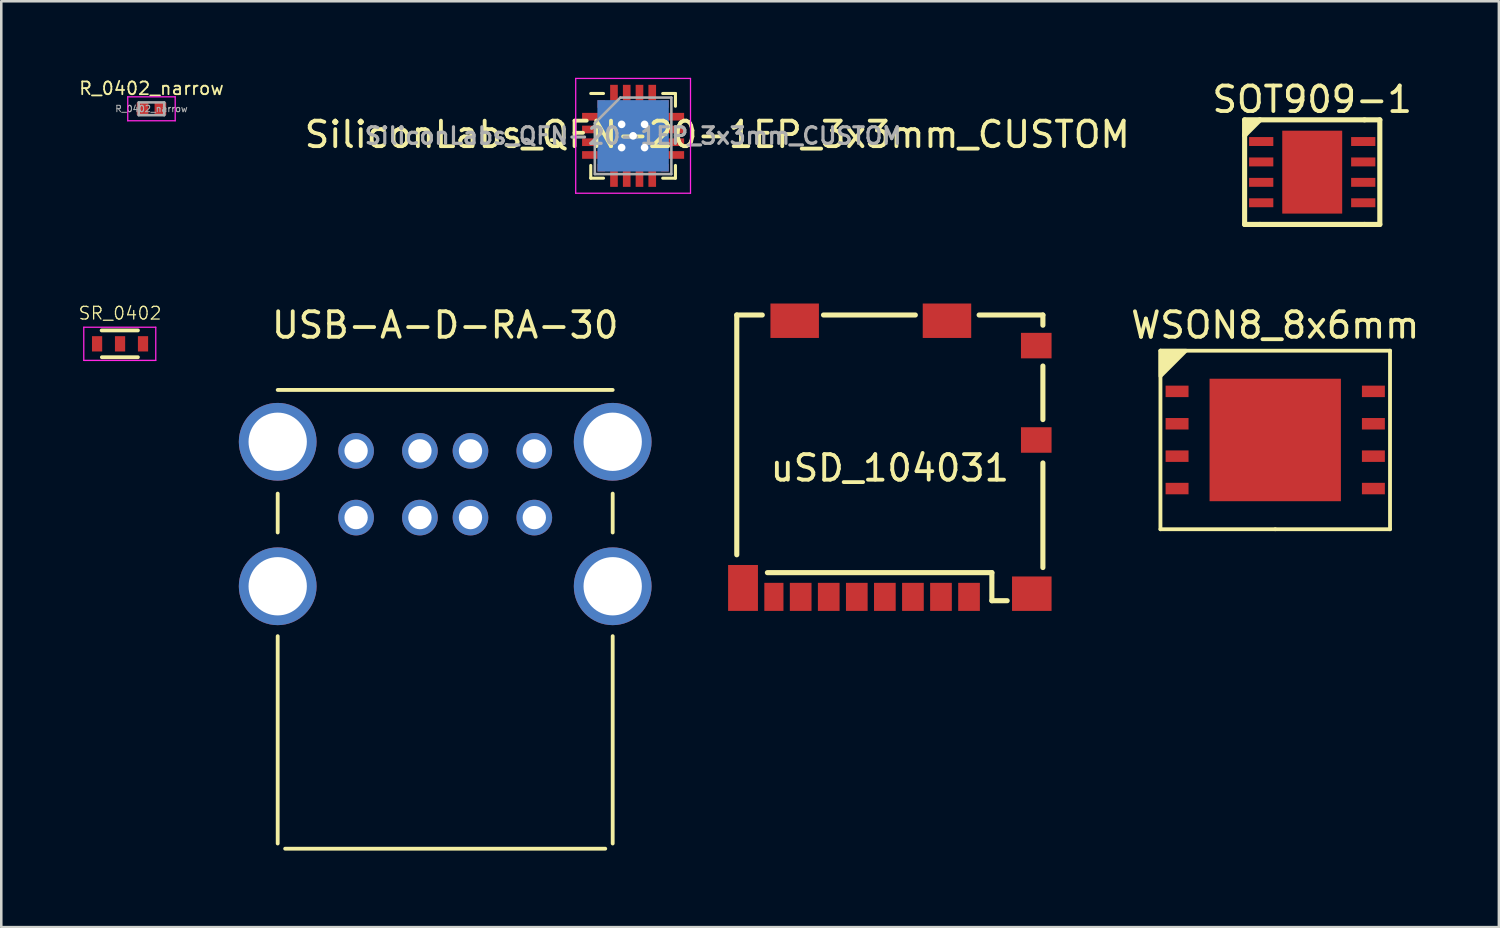
<source format=kicad_pcb>
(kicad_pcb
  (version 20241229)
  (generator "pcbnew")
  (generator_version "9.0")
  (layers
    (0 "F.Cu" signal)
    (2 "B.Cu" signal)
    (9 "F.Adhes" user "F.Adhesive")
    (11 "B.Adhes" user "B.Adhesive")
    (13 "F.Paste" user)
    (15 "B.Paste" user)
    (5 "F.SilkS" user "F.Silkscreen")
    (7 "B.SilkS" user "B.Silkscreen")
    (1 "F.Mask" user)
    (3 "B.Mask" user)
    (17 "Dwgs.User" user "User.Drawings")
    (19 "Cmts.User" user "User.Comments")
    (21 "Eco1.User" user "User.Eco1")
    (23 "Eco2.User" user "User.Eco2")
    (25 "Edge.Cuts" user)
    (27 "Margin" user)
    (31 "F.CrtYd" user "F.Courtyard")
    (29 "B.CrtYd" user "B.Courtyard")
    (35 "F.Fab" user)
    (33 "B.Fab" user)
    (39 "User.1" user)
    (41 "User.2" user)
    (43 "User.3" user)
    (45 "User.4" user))
  (footprint "SOT909-1"
    (layer "F.Cu")
    (at 48.39 3.698)
    (property "Reference" "SOT909-1" (at 0 -2.85 0) (layer "F.SilkS") (effects (font (size 1 1) (thickness 0.15))))
    (attr through_hole)
    (fp_line (start -2.65 -2.05) (end -2.1 -2.05) (stroke (width 0.2) (type solid)) (layer "F.SilkS"))
    (fp_line (start -2.65 -1.45) (end -2.65 -2.05) (stroke (width 0.2) (type solid)) (layer "F.SilkS"))
    (fp_line (start -2.65 -1.45) (end -2.65 2.05) (stroke (width 0.2) (type solid)) (layer "F.SilkS"))
    (fp_line (start -2.65 2.05) (end -2.05 2.05) (stroke (width 0.2) (type solid)) (layer "F.SilkS"))
    (fp_line (start -2.05 -2.05) (end -2.65 -1.45) (stroke (width 0.2) (type solid)) (layer "F.SilkS"))
    (fp_line (start -2.05 -2.05) (end 2.05 -2.05) (stroke (width 0.2) (type solid)) (layer "F.SilkS"))
    (fp_line (start -2.05 2.05) (end 2.05 2.05) (stroke (width 0.2) (type solid)) (layer "F.SilkS"))
    (fp_line (start 2.05 -2.05) (end 2.65 -2.05) (stroke (width 0.2) (type solid)) (layer "F.SilkS"))
    (fp_line (start 2.65 -2.05) (end 2.65 2.05) (stroke (width 0.2) (type solid)) (layer "F.SilkS"))
    (fp_line (start 2.65 2.05) (end 2.05 2.05) (stroke (width 0.2) (type solid)) (layer "F.SilkS"))
    (fp_poly (pts (xy -2.65 -2.05) (xy -2.65 -1.45) (xy -2.1 -2.05)) (stroke (width 0.15) (type solid)) (fill yes) (layer "F.SilkS"))
    (pad "1" smd rect (at -2 -1.2) (size 0.95 0.35) (layers "F.Cu" "F.Mask" "F.Paste"))
    (pad "2" smd rect (at -2 -0.4) (size 0.95 0.35) (layers "F.Cu" "F.Mask" "F.Paste"))
    (pad "3" smd rect (at -2 0.4) (size 0.95 0.35) (layers "F.Cu" "F.Mask" "F.Paste"))
    (pad "4" smd rect (at -2 1.2) (size 0.95 0.35) (layers "F.Cu" "F.Mask" "F.Paste"))
    (pad "5" smd rect (at 2 1.2) (size 0.95 0.35) (layers "F.Cu" "F.Mask" "F.Paste"))
    (pad "6" smd rect (at 2 0.4) (size 0.95 0.35) (layers "F.Cu" "F.Mask" "F.Paste"))
    (pad "7" smd rect (at 2 -0.4) (size 0.95 0.35) (layers "F.Cu" "F.Mask" "F.Paste"))
    (pad "8" smd rect (at 2 -1.2) (size 0.95 0.35) (layers "F.Cu" "F.Mask" "F.Paste"))
    (pad "9" smd rect (at 0 0) (size 2.35 3.25) (layers "F.Cu" "F.Mask" "F.Paste")))
  (footprint "WSON8_8x6mm"
    (layer "F.Cu")
    (at 46.94 14.197)
    (property "Reference" "WSON8_8x6mm" (at 0 -4.5 0) (layer "F.SilkS") (effects (font (size 1 1) (thickness 0.15))))
    (attr through_hole)
    (fp_line (start -4.5 -3.5) (end -4.5 3.5) (stroke (width 0.15) (type solid)) (layer "F.SilkS"))
    (fp_line (start -4.5 3.5) (end 0 3.5) (stroke (width 0.15) (type solid)) (layer "F.SilkS"))
    (fp_line (start 0 3.5) (end 4.5 3.5) (stroke (width 0.15) (type solid)) (layer "F.SilkS"))
    (fp_line (start 4.5 -3.5) (end -4.5 -3.5) (stroke (width 0.15) (type solid)) (layer "F.SilkS"))
    (fp_line (start 4.5 3.5) (end 4.5 -3.5) (stroke (width 0.15) (type solid)) (layer "F.SilkS"))
    (fp_poly (pts (xy -4.5 -3.5) (xy -4.5 -2.5) (xy -3.5 -3.5)) (stroke (width 0.15) (type solid)) (fill yes) (layer "F.SilkS"))
    (pad "1" smd rect (at -3.848 -1.905) (size 0.899 0.45) (layers "F.Cu" "F.Mask" "F.Paste"))
    (pad "2" smd rect (at -3.848 -0.635) (size 0.899 0.45) (layers "F.Cu" "F.Mask" "F.Paste"))
    (pad "3" smd rect (at -3.848 0.635) (size 0.899 0.45) (layers "F.Cu" "F.Mask" "F.Paste"))
    (pad "4" smd rect (at -3.848 1.905) (size 0.899 0.45) (layers "F.Cu" "F.Mask" "F.Paste"))
    (pad "5" smd rect (at 3.848 1.905) (size 0.899 0.45) (layers "F.Cu" "F.Mask" "F.Paste"))
    (pad "6" smd rect (at 3.848 0.635) (size 0.899 0.45) (layers "F.Cu" "F.Mask" "F.Paste"))
    (pad "7" smd rect (at 3.848 -0.635) (size 0.899 0.45) (layers "F.Cu" "F.Mask" "F.Paste"))
    (pad "8" smd rect (at 3.848 -1.905) (size 0.899 0.45) (layers "F.Cu" "F.Mask" "F.Paste"))
    (pad "9" smd rect (at 0 0) (size 5.149 4.801) (layers "F.Cu" "F.Mask" "F.Paste")))
  (footprint "USB-A-D-RA-30"
    (layer "F.Cu")
    (at 14.402 14.268)
    (property "Reference" "USB-A-D-RA-30" (at 0 -4.572 0) (layer "F.SilkS") (effects (font (size 1 1) (thickness 0.15))))
    (attr through_hole)
    (fp_line (start -6.566 -2.032) (end 6.566 -2.032) (stroke (width 0.15) (type solid)) (layer "F.SilkS"))
    (fp_line (start -6.566 2.032) (end -6.566 3.556) (stroke (width 0.15) (type solid)) (layer "F.SilkS"))
    (fp_line (start -6.566 7.62) (end -6.566 15.748) (stroke (width 0.15) (type solid)) (layer "F.SilkS"))
    (fp_line (start -6.274 15.951) (end 6.274 15.951) (stroke (width 0.15) (type solid)) (layer "F.SilkS"))
    (fp_line (start 6.566 2.032) (end 6.566 3.556) (stroke (width 0.15) (type solid)) (layer "F.SilkS"))
    (fp_line (start 6.566 7.62) (end 6.566 15.748) (stroke (width 0.15) (type solid)) (layer "F.SilkS"))
    (pad "1" thru_hole circle (at -3.493 0.356) (size 1.397 1.397) (drill 0.914) (layers "*.Cu" "*.Mask"))
    (pad "2" thru_hole circle (at -0.991 0.356) (size 1.397 1.397) (drill 0.914) (layers "*.Cu" "*.Mask"))
    (pad "3" thru_hole circle (at 0.991 0.356) (size 1.397 1.397) (drill 0.914) (layers "*.Cu" "*.Mask"))
    (pad "4" thru_hole circle (at 3.493 0.356) (size 1.397 1.397) (drill 0.914) (layers "*.Cu" "*.Mask"))
    (pad "5" thru_hole circle (at -3.493 2.972) (size 1.397 1.397) (drill 0.914) (layers "*.Cu" "*.Mask"))
    (pad "6" thru_hole circle (at -0.991 2.972) (size 1.397 1.397) (drill 0.914) (layers "*.Cu" "*.Mask"))
    (pad "7" thru_hole circle (at 0.991 2.972) (size 1.397 1.397) (drill 0.914) (layers "*.Cu" "*.Mask"))
    (pad "8" thru_hole circle (at 3.493 2.972) (size 1.397 1.397) (drill 0.914) (layers "*.Cu" "*.Mask"))
    (pad "9" thru_hole circle (at -6.566 0) (size 3.048 3.048) (drill 2.286) (layers "*.Cu" "*.Mask"))
    (pad "10" thru_hole circle (at -6.566 5.664) (size 3.048 3.048) (drill 2.286) (layers "*.Cu" "*.Mask"))
    (pad "11" thru_hole circle (at 6.566 0) (size 3.048 3.048) (drill 2.286) (layers "*.Cu" "*.Mask"))
    (pad "12" thru_hole circle (at 6.566 5.664) (size 3.048 3.048) (drill 2.286) (layers "*.Cu" "*.Mask")))
  (footprint "uSD_104031"
    (layer "F.Cu")
    (at 31.832 20.598)
    (property "Reference" "uSD_104031" (at 0 -5.3 0) (layer "F.SilkS") (effects (font (size 1 1) (thickness 0.15))))
    (attr through_hole)
    (fp_line (start -6 -11.3) (end -5 -11.3) (stroke (width 0.2) (type solid)) (layer "F.SilkS"))
    (fp_line (start -6 -1.9) (end -6 -11.3) (stroke (width 0.2) (type solid)) (layer "F.SilkS"))
    (fp_line (start -2.6 -11.3) (end 1 -11.3) (stroke (width 0.2) (type solid)) (layer "F.SilkS"))
    (fp_line (start 3.5 -11.3) (end 6 -11.3) (stroke (width 0.2) (type solid)) (layer "F.SilkS"))
    (fp_line (start 4 -1.2) (end -4.8 -1.2) (stroke (width 0.2) (type solid)) (layer "F.SilkS"))
    (fp_line (start 4 -0.1) (end 4 -1.2) (stroke (width 0.2) (type solid)) (layer "F.SilkS"))
    (fp_line (start 4.6 -0.1) (end 4 -0.1) (stroke (width 0.2) (type solid)) (layer "F.SilkS"))
    (fp_line (start 6 -11.3) (end 6 -10.9) (stroke (width 0.2) (type solid)) (layer "F.SilkS"))
    (fp_line (start 6 -9.3) (end 6 -7.2) (stroke (width 0.2) (type solid)) (layer "F.SilkS"))
    (fp_line (start 6 -5.5) (end 6 -1.4) (stroke (width 0.2) (type solid)) (layer "F.SilkS"))
    (pad "1" smd rect (at 3.105 -0.25) (size 0.85 1.1) (layers "F.Cu" "F.Mask" "F.Paste"))
    (pad "2" smd rect (at 2.005 -0.25) (size 0.85 1.1) (layers "F.Cu" "F.Mask" "F.Paste"))
    (pad "3" smd rect (at 0.905 -0.25) (size 0.85 1.1) (layers "F.Cu" "F.Mask" "F.Paste"))
    (pad "4" smd rect (at -0.195 -0.25) (size 0.85 1.1) (layers "F.Cu" "F.Mask" "F.Paste"))
    (pad "5" smd rect (at -1.295 -0.25) (size 0.85 1.1) (layers "F.Cu" "F.Mask" "F.Paste"))
    (pad "6" smd rect (at -2.395 -0.25) (size 0.85 1.1) (layers "F.Cu" "F.Mask" "F.Paste"))
    (pad "7" smd rect (at -3.495 -0.25) (size 0.85 1.1) (layers "F.Cu" "F.Mask" "F.Paste"))
    (pad "8" smd rect (at -4.595 -0.25) (size 0.75 1.1) (drill (offset 0.05 0)) (layers "F.Cu" "F.Mask" "F.Paste"))
    (pad "9" smd rect (at 5.74 -6.4) (size 1.2 1) (layers "F.Cu" "F.Mask" "F.Paste"))
    (pad "10" smd rect (at 5.74 -10.1) (size 1.2 1) (layers "F.Cu" "F.Mask" "F.Paste"))
    (pad "11" smd rect (at -5.755 -0.6) (size 1.17 1.8) (layers "F.Cu" "F.Mask" "F.Paste"))
    (pad "12" smd rect (at 5.565 -0.375) (size 1.55 1.35) (layers "F.Cu" "F.Mask" "F.Paste"))
    (pad "13" smd rect (at -3.73 -11.075) (size 1.9 1.35) (layers "F.Cu" "F.Mask" "F.Paste"))
    (pad "14" smd rect (at 2.24 -11.075) (size 1.9 1.35) (layers "F.Cu" "F.Mask" "F.Paste")))
  (footprint "R_0402_narrow"
    (layer "F.Cu")
    (at 2.888 1.215)
    (property "Reference" "R_0402_narrow" (at 0 -0.8 0) (layer "F.SilkS") (effects (font (size 0.5 0.5) (thickness 0.07))))
    (attr smd)
    (fp_line (start -0.93 -0.47) (end 0.93 -0.47) (stroke (width 0.05) (type solid)) (layer "F.CrtYd"))
    (fp_line (start -0.93 0.47) (end -0.93 -0.47) (stroke (width 0.05) (type solid)) (layer "F.CrtYd"))
    (fp_line (start 0.93 -0.47) (end 0.93 0.47) (stroke (width 0.05) (type solid)) (layer "F.CrtYd"))
    (fp_line (start 0.93 0.47) (end -0.93 0.47) (stroke (width 0.05) (type solid)) (layer "F.CrtYd"))
    (fp_line (start -0.5 -0.25) (end 0.5 -0.25) (stroke (width 0.1) (type solid)) (layer "F.Fab"))
    (fp_line (start -0.5 0.25) (end -0.5 -0.25) (stroke (width 0.1) (type solid)) (layer "F.Fab"))
    (fp_line (start 0.5 -0.25) (end 0.5 0.25) (stroke (width 0.1) (type solid)) (layer "F.Fab"))
    (fp_line (start 0.5 0.25) (end -0.5 0.25) (stroke (width 0.1) (type solid)) (layer "F.Fab"))
    (fp_text user "${REFERENCE}" (at 0 0 0) (layer "F.Fab") (effects (font (size 0.25 0.25) (thickness 0.04))))
    (pad "1" smd roundrect (at -0.35 0) (size 0.457 0.5) (layers "F.Cu" "F.Mask" "F.Paste") (roundrect_rratio 0.05))
    (pad "2" smd roundrect (at 0.35 0) (size 0.457 0.5) (layers "F.Cu" "F.Mask" "F.Paste") (roundrect_rratio 0.05)))
  (footprint "SiliconLabs_QFN-20-1EP_3x3mm_CUSTOM"
    (layer "F.Cu")
    (at 21.768 2.275)
    (property "Reference" "SiliconLabs_QFN-20-1EP_3x3mm_CUSTOM" (at 3.3 -0.05 0) (layer "F.SilkS") (effects (font (size 1 1) (thickness 0.15))))
    (attr smd)
    (fp_line (start -1.66 -1.66) (end -1.16 -1.66) (stroke (width 0.12) (type solid)) (layer "F.SilkS"))
    (fp_line (start -1.66 1.66) (end -1.66 1.16) (stroke (width 0.12) (type solid)) (layer "F.SilkS"))
    (fp_line (start -1.16 1.66) (end -1.66 1.66) (stroke (width 0.12) (type solid)) (layer "F.SilkS"))
    (fp_line (start 1.16 -1.66) (end 1.66 -1.66) (stroke (width 0.12) (type solid)) (layer "F.SilkS"))
    (fp_line (start 1.16 1.66) (end 1.66 1.66) (stroke (width 0.12) (type solid)) (layer "F.SilkS"))
    (fp_line (start 1.66 -1.66) (end 1.66 -1.16) (stroke (width 0.12) (type solid)) (layer "F.SilkS"))
    (fp_line (start 1.66 1.66) (end 1.66 1.16) (stroke (width 0.12) (type solid)) (layer "F.SilkS"))
    (fp_line (start -2.25 -2.25) (end -2.25 2.25) (stroke (width 0.05) (type solid)) (layer "F.CrtYd"))
    (fp_line (start -2.25 2.25) (end 2.25 2.25) (stroke (width 0.05) (type solid)) (layer "F.CrtYd"))
    (fp_line (start 2.25 -2.25) (end -2.25 -2.25) (stroke (width 0.05) (type solid)) (layer "F.CrtYd"))
    (fp_line (start 2.25 2.25) (end 2.25 -2.25) (stroke (width 0.05) (type solid)) (layer "F.CrtYd"))
    (fp_line (start -1.5 -0.5) (end -0.5 -1.5) (stroke (width 0.1) (type solid)) (layer "F.Fab"))
    (fp_line (start -1.5 1.5) (end -1.5 -0.5) (stroke (width 0.1) (type solid)) (layer "F.Fab"))
    (fp_line (start -0.5 -1.5) (end 1.5 -1.5) (stroke (width 0.1) (type solid)) (layer "F.Fab"))
    (fp_line (start 1.5 -1.5) (end 1.5 1.5) (stroke (width 0.1) (type solid)) (layer "F.Fab"))
    (fp_line (start 1.5 1.5) (end -1.5 1.5) (stroke (width 0.1) (type solid)) (layer "F.Fab"))
    (fp_text user "${REFERENCE}" (at 0 0 0) (layer "F.Fab") (effects (font (size 0.65 0.65) (thickness 0.125))))
    (pad "" smd rect (at -0.45 -0.45) (size 0.54 0.54) (layers "F.Paste"))
    (pad "" smd rect (at -0.45 0.45) (size 0.54 0.54) (layers "F.Paste"))
    (pad "" smd rect (at 0.45 -0.45) (size 0.54 0.54) (layers "F.Paste"))
    (pad "" smd rect (at 0.45 0.45) (size 0.54 0.54) (layers "F.Paste"))
    (pad "1" smd rect (at -1.25 -1.25) (size 0.3 0.3) (layers "F.Cu" "F.Mask" "F.Paste"))
    (pad "2" smd rect (at -1.55 -0.75) (size 0.9 0.3) (layers "F.Cu" "F.Mask" "F.Paste"))
    (pad "3" smd rect (at -1.55 -0.25) (size 0.9 0.3) (layers "F.Cu" "F.Mask" "F.Paste"))
    (pad "4" smd rect (at -1.55 0.25) (size 0.9 0.3) (layers "F.Cu" "F.Mask" "F.Paste"))
    (pad "5" smd rect (at -1.55 0.75) (size 0.9 0.3) (layers "F.Cu" "F.Mask" "F.Paste"))
    (pad "6" smd rect (at -1.25 1.25) (size 0.3 0.3) (layers "F.Cu" "F.Mask" "F.Paste"))
    (pad "7" smd rect (at -0.75 1.55 90) (size 0.9 0.3) (layers "F.Cu" "F.Mask" "F.Paste"))
    (pad "8" smd rect (at -0.25 1.55 90) (size 0.9 0.3) (layers "F.Cu" "F.Mask" "F.Paste"))
    (pad "9" smd rect (at 0.25 1.55 90) (size 0.9 0.3) (layers "F.Cu" "F.Mask" "F.Paste"))
    (pad "10" smd rect (at 0.75 1.55 90) (size 0.9 0.3) (layers "F.Cu" "F.Mask" "F.Paste"))
    (pad "11" smd rect (at 1.25 1.25) (size 0.3 0.3) (layers "F.Cu" "F.Mask" "F.Paste"))
    (pad "12" smd rect (at 1.55 0.75) (size 0.9 0.3) (layers "F.Cu" "F.Mask" "F.Paste"))
    (pad "13" smd rect (at 1.55 0.25) (size 0.9 0.3) (layers "F.Cu" "F.Mask" "F.Paste"))
    (pad "14" smd rect (at 1.55 -0.25) (size 0.9 0.3) (layers "F.Cu" "F.Mask" "F.Paste"))
    (pad "15" smd rect (at 1.55 -0.75) (size 0.9 0.3) (layers "F.Cu" "F.Mask" "F.Paste"))
    (pad "16" smd rect (at 1.25 -1.25) (size 0.3 0.3) (layers "F.Cu" "F.Mask" "F.Paste"))
    (pad "17" smd rect (at 0.75 -1.55 90) (size 0.9 0.3) (layers "F.Cu" "F.Mask" "F.Paste"))
    (pad "18" smd rect (at 0.25 -1.55 90) (size 0.9 0.3) (layers "F.Cu" "F.Mask" "F.Paste"))
    (pad "19" smd rect (at -0.25 -1.55 90) (size 0.9 0.3) (layers "F.Cu" "F.Mask" "F.Paste"))
    (pad "20" smd rect (at -0.75 -1.55 90) (size 0.9 0.3) (layers "F.Cu" "F.Mask" "F.Paste"))
    (pad "21" thru_hole circle (at -0.45 -0.45) (size 0.6 0.6) (drill 0.3) (layers "*.Cu"))
    (pad "21" thru_hole circle (at -0.45 0.46) (size 0.6 0.6) (drill 0.3) (layers "*.Cu"))
    (pad "21" thru_hole circle (at 0 0) (size 0.6 0.6) (drill 0.3) (layers "*.Cu"))
    (pad "21" smd rect (at 0 0) (size 1.8 1.8) (layers "F.Cu" "F.Mask"))
    (pad "21" smd rect (at 0 0) (size 2.8 2.8) (layers "B.Cu"))
    (pad "21" thru_hole circle (at 0.45 -0.45) (size 0.6 0.6) (drill 0.3) (layers "*.Cu"))
    (pad "21" thru_hole circle (at 0.45 0.46) (size 0.6 0.6) (drill 0.3) (layers "*.Cu")))
  (footprint "SR_0402"
    (layer "F.Cu")
    (at 1.656 10.428)
    (property "Reference" "SR_0402" (at 0 -1.2 0) (layer "F.SilkS") (effects (font (size 0.5 0.5) (thickness 0.05))))
    (attr smd)
    (fp_line (start -0.712 0.525) (end 0.7 0.525) (stroke (width 0.15) (type solid)) (layer "F.SilkS"))
    (fp_line (start 0.7 -0.525) (end -0.721 -0.525) (stroke (width 0.15) (type solid)) (layer "F.SilkS"))
    (fp_line (start -1.423 -0.65) (end 1.4 -0.65) (stroke (width 0.05) (type solid)) (layer "F.CrtYd"))
    (fp_line (start -1.422 0.65) (end 1.4 0.65) (stroke (width 0.05) (type solid)) (layer "F.CrtYd"))
    (fp_line (start -1.422 -0.65) (end -1.422 0.65) (stroke (width 0.05) (type solid)) (layer "F.CrtYd"))
    (fp_line (start 1.4 -0.65) (end 1.4 0.65) (stroke (width 0.05) (type solid)) (layer "F.CrtYd"))
    (pad "1" smd rect (at -0.9 0) (size 0.4 0.6) (layers "F.Cu" "F.Mask" "F.Paste"))
    (pad "2" smd rect (at 0 0) (size 0.4 0.6) (layers "F.Cu" "F.Mask" "F.Paste"))
    (pad "3" smd rect (at 0.9 0) (size 0.4 0.6) (layers "F.Cu" "F.Mask" "F.Paste")))
  (gr_rect
    (start -3 -3)
    (end 55.707 33.295)
    (stroke (width 0.1) (type default))
    (fill no)
    (layer "Edge.Cuts")))
</source>
